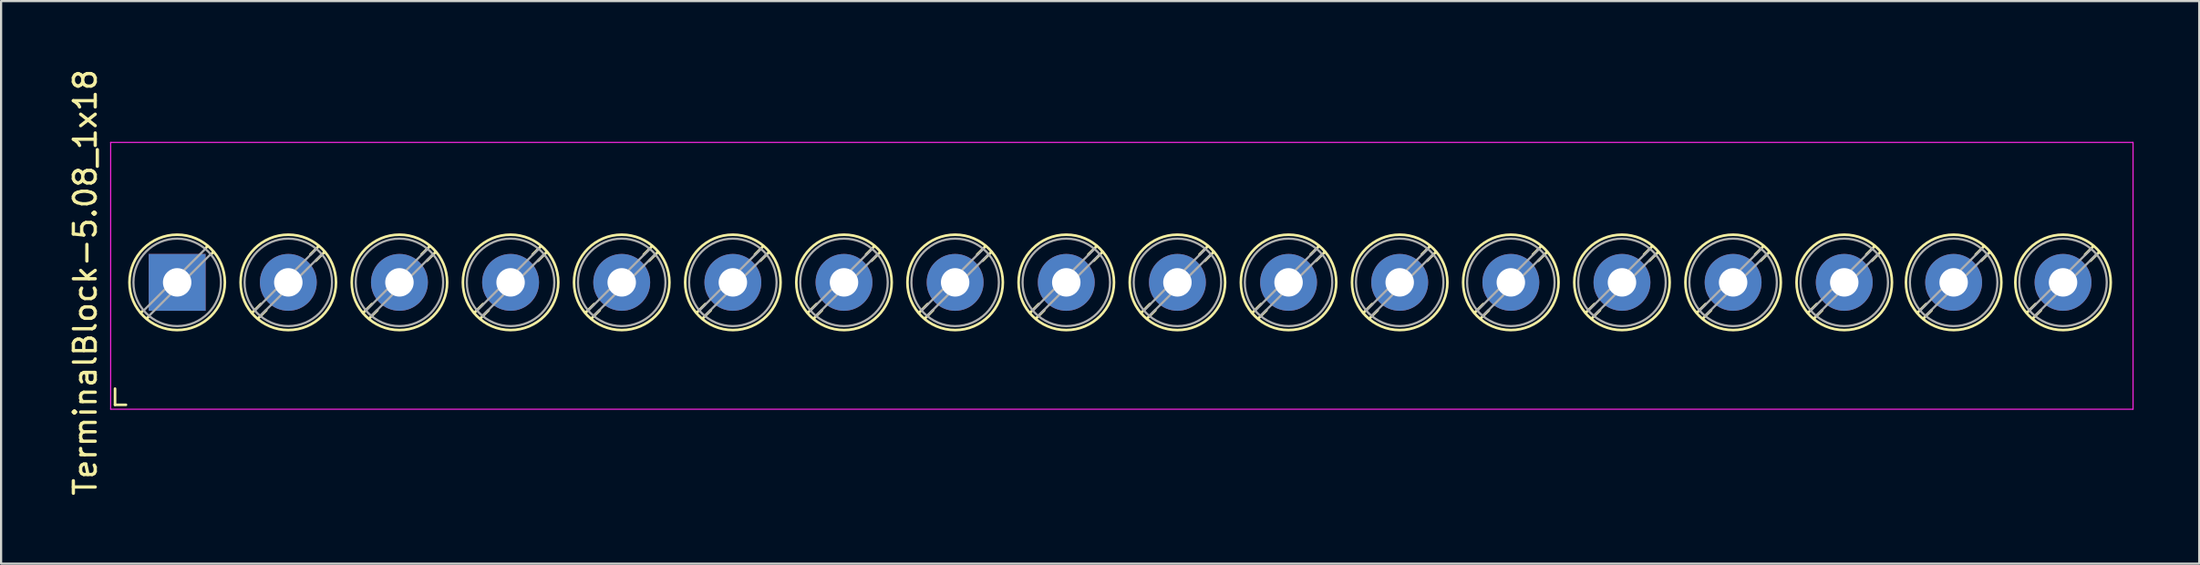
<source format=kicad_pcb>
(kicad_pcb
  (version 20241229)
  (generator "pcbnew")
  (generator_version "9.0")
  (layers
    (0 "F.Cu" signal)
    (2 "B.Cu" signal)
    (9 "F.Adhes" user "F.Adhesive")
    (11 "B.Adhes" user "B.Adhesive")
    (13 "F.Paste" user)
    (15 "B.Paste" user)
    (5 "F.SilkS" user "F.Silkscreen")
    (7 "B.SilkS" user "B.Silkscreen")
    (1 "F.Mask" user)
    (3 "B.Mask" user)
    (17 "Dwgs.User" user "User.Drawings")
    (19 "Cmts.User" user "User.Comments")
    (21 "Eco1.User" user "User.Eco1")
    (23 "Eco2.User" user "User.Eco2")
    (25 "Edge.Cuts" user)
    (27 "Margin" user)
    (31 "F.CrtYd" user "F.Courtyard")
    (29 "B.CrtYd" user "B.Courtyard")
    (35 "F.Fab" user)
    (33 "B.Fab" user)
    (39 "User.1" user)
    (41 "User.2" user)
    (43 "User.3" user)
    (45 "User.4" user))
  (footprint "TerminalBlock-5.08_1x18"
    (layer "F.Cu")
    (at 5.048 9.863)
    (property "Reference" "TerminalBlock-5.08_1x18" (at -4.2 0 90) (layer "F.SilkS") (effects (font (size 1 1) (thickness 0.15))))
    (attr through_hole)
    (fp_line (start -2.84 4.86) (end -2.84 5.6) (stroke (width 0.12) (type solid)) (layer "F.SilkS"))
    (fp_line (start -2.84 5.6) (end -2.34 5.6) (stroke (width 0.12) (type solid)) (layer "F.SilkS"))
    (fp_line (start -1.548 1.281) (end -1.654 1.388) (stroke (width 0.12) (type solid)) (layer "F.SilkS"))
    (fp_line (start -1.282 1.547) (end -1.388 1.654) (stroke (width 0.12) (type solid)) (layer "F.SilkS"))
    (fp_line (start 1.388 -1.654) (end 1.281 -1.547) (stroke (width 0.12) (type solid)) (layer "F.SilkS"))
    (fp_line (start 1.654 -1.388) (end 1.547 -1.281) (stroke (width 0.12) (type solid)) (layer "F.SilkS"))
    (fp_line (start 3.822 0.992) (end 3.427 1.388) (stroke (width 0.12) (type solid)) (layer "F.SilkS"))
    (fp_line (start 4.073 1.274) (end 3.693 1.654) (stroke (width 0.12) (type solid)) (layer "F.SilkS"))
    (fp_line (start 6.468 -1.654) (end 6.088 -1.274) (stroke (width 0.12) (type solid)) (layer "F.SilkS"))
    (fp_line (start 6.734 -1.388) (end 6.339 -0.992) (stroke (width 0.12) (type solid)) (layer "F.SilkS"))
    (fp_line (start 8.902 0.992) (end 8.507 1.388) (stroke (width 0.12) (type solid)) (layer "F.SilkS"))
    (fp_line (start 9.153 1.274) (end 8.773 1.654) (stroke (width 0.12) (type solid)) (layer "F.SilkS"))
    (fp_line (start 11.548 -1.654) (end 11.168 -1.274) (stroke (width 0.12) (type solid)) (layer "F.SilkS"))
    (fp_line (start 11.814 -1.388) (end 11.419 -0.992) (stroke (width 0.12) (type solid)) (layer "F.SilkS"))
    (fp_line (start 13.982 0.992) (end 13.587 1.388) (stroke (width 0.12) (type solid)) (layer "F.SilkS"))
    (fp_line (start 14.233 1.274) (end 13.853 1.654) (stroke (width 0.12) (type solid)) (layer "F.SilkS"))
    (fp_line (start 16.628 -1.654) (end 16.248 -1.274) (stroke (width 0.12) (type solid)) (layer "F.SilkS"))
    (fp_line (start 16.894 -1.388) (end 16.499 -0.992) (stroke (width 0.12) (type solid)) (layer "F.SilkS"))
    (fp_line (start 19.062 0.992) (end 18.667 1.388) (stroke (width 0.12) (type solid)) (layer "F.SilkS"))
    (fp_line (start 19.313 1.274) (end 18.933 1.654) (stroke (width 0.12) (type solid)) (layer "F.SilkS"))
    (fp_line (start 21.708 -1.654) (end 21.328 -1.274) (stroke (width 0.12) (type solid)) (layer "F.SilkS"))
    (fp_line (start 21.974 -1.388) (end 21.579 -0.992) (stroke (width 0.12) (type solid)) (layer "F.SilkS"))
    (fp_line (start 24.142 0.992) (end 23.747 1.388) (stroke (width 0.12) (type solid)) (layer "F.SilkS"))
    (fp_line (start 24.393 1.274) (end 24.013 1.654) (stroke (width 0.12) (type solid)) (layer "F.SilkS"))
    (fp_line (start 26.788 -1.654) (end 26.408 -1.274) (stroke (width 0.12) (type solid)) (layer "F.SilkS"))
    (fp_line (start 27.054 -1.388) (end 26.659 -0.992) (stroke (width 0.12) (type solid)) (layer "F.SilkS"))
    (fp_line (start 29.222 0.992) (end 28.827 1.388) (stroke (width 0.12) (type solid)) (layer "F.SilkS"))
    (fp_line (start 29.473 1.274) (end 29.093 1.654) (stroke (width 0.12) (type solid)) (layer "F.SilkS"))
    (fp_line (start 31.868 -1.654) (end 31.488 -1.274) (stroke (width 0.12) (type solid)) (layer "F.SilkS"))
    (fp_line (start 32.134 -1.388) (end 31.739 -0.992) (stroke (width 0.12) (type solid)) (layer "F.SilkS"))
    (fp_line (start 34.302 0.992) (end 33.907 1.388) (stroke (width 0.12) (type solid)) (layer "F.SilkS"))
    (fp_line (start 34.553 1.274) (end 34.173 1.654) (stroke (width 0.12) (type solid)) (layer "F.SilkS"))
    (fp_line (start 36.948 -1.654) (end 36.568 -1.274) (stroke (width 0.12) (type solid)) (layer "F.SilkS"))
    (fp_line (start 37.214 -1.388) (end 36.819 -0.992) (stroke (width 0.12) (type solid)) (layer "F.SilkS"))
    (fp_line (start 39.382 0.992) (end 38.987 1.388) (stroke (width 0.12) (type solid)) (layer "F.SilkS"))
    (fp_line (start 39.633 1.274) (end 39.253 1.654) (stroke (width 0.12) (type solid)) (layer "F.SilkS"))
    (fp_line (start 42.028 -1.654) (end 41.648 -1.274) (stroke (width 0.12) (type solid)) (layer "F.SilkS"))
    (fp_line (start 42.294 -1.388) (end 41.899 -0.992) (stroke (width 0.12) (type solid)) (layer "F.SilkS"))
    (fp_line (start 44.462 0.992) (end 44.067 1.388) (stroke (width 0.12) (type solid)) (layer "F.SilkS"))
    (fp_line (start 44.713 1.274) (end 44.333 1.654) (stroke (width 0.12) (type solid)) (layer "F.SilkS"))
    (fp_line (start 47.108 -1.654) (end 46.728 -1.274) (stroke (width 0.12) (type solid)) (layer "F.SilkS"))
    (fp_line (start 47.374 -1.388) (end 46.979 -0.992) (stroke (width 0.12) (type solid)) (layer "F.SilkS"))
    (fp_line (start 49.542 0.992) (end 49.147 1.388) (stroke (width 0.12) (type solid)) (layer "F.SilkS"))
    (fp_line (start 49.793 1.274) (end 49.413 1.654) (stroke (width 0.12) (type solid)) (layer "F.SilkS"))
    (fp_line (start 52.188 -1.654) (end 51.808 -1.274) (stroke (width 0.12) (type solid)) (layer "F.SilkS"))
    (fp_line (start 52.454 -1.388) (end 52.059 -0.992) (stroke (width 0.12) (type solid)) (layer "F.SilkS"))
    (fp_line (start 54.622 0.992) (end 54.227 1.388) (stroke (width 0.12) (type solid)) (layer "F.SilkS"))
    (fp_line (start 54.873 1.274) (end 54.493 1.654) (stroke (width 0.12) (type solid)) (layer "F.SilkS"))
    (fp_line (start 57.268 -1.654) (end 56.888 -1.274) (stroke (width 0.12) (type solid)) (layer "F.SilkS"))
    (fp_line (start 57.534 -1.388) (end 57.139 -0.992) (stroke (width 0.12) (type solid)) (layer "F.SilkS"))
    (fp_line (start 59.702 0.992) (end 59.307 1.388) (stroke (width 0.12) (type solid)) (layer "F.SilkS"))
    (fp_line (start 59.953 1.274) (end 59.573 1.654) (stroke (width 0.12) (type solid)) (layer "F.SilkS"))
    (fp_line (start 62.348 -1.654) (end 61.968 -1.274) (stroke (width 0.12) (type solid)) (layer "F.SilkS"))
    (fp_line (start 62.614 -1.388) (end 62.219 -0.992) (stroke (width 0.12) (type solid)) (layer "F.SilkS"))
    (fp_line (start 64.782 0.992) (end 64.387 1.388) (stroke (width 0.12) (type solid)) (layer "F.SilkS"))
    (fp_line (start 65.033 1.274) (end 64.653 1.654) (stroke (width 0.12) (type solid)) (layer "F.SilkS"))
    (fp_line (start 67.428 -1.654) (end 67.048 -1.274) (stroke (width 0.12) (type solid)) (layer "F.SilkS"))
    (fp_line (start 67.694 -1.388) (end 67.299 -0.992) (stroke (width 0.12) (type solid)) (layer "F.SilkS"))
    (fp_line (start 69.862 0.992) (end 69.467 1.388) (stroke (width 0.12) (type solid)) (layer "F.SilkS"))
    (fp_line (start 70.113 1.274) (end 69.733 1.654) (stroke (width 0.12) (type solid)) (layer "F.SilkS"))
    (fp_line (start 72.508 -1.654) (end 72.128 -1.274) (stroke (width 0.12) (type solid)) (layer "F.SilkS"))
    (fp_line (start 72.774 -1.388) (end 72.379 -0.992) (stroke (width 0.12) (type solid)) (layer "F.SilkS"))
    (fp_line (start 74.942 0.992) (end 74.547 1.388) (stroke (width 0.12) (type solid)) (layer "F.SilkS"))
    (fp_line (start 75.193 1.274) (end 74.813 1.654) (stroke (width 0.12) (type solid)) (layer "F.SilkS"))
    (fp_line (start 77.588 -1.654) (end 77.208 -1.274) (stroke (width 0.12) (type solid)) (layer "F.SilkS"))
    (fp_line (start 77.854 -1.388) (end 77.459 -0.992) (stroke (width 0.12) (type solid)) (layer "F.SilkS"))
    (fp_line (start 79.942 0.992) (end 79.547 1.388) (stroke (width 0.12) (type solid)) (layer "F.SilkS"))
    (fp_line (start 80.193 1.274) (end 79.813 1.654) (stroke (width 0.12) (type solid)) (layer "F.SilkS"))
    (fp_line (start 82.588 -1.654) (end 82.208 -1.274) (stroke (width 0.12) (type solid)) (layer "F.SilkS"))
    (fp_line (start 82.854 -1.388) (end 82.459 -0.992) (stroke (width 0.12) (type solid)) (layer "F.SilkS"))
    (fp_line (start 84.942 0.992) (end 84.547 1.388) (stroke (width 0.12) (type solid)) (layer "F.SilkS"))
    (fp_line (start 85.193 1.274) (end 84.813 1.654) (stroke (width 0.12) (type solid)) (layer "F.SilkS"))
    (fp_line (start 87.588 -1.654) (end 87.208 -1.274) (stroke (width 0.12) (type solid)) (layer "F.SilkS"))
    (fp_line (start 87.854 -1.388) (end 87.459 -0.992) (stroke (width 0.12) (type solid)) (layer "F.SilkS"))
    (fp_circle (center 0 0) (end 2.18 0) (stroke (width 0.12) (type solid)) (fill no) (layer "F.SilkS"))
    (fp_circle (center 5.08 0) (end 7.26 0) (stroke (width 0.12) (type solid)) (fill no) (layer "F.SilkS"))
    (fp_circle (center 10.16 0) (end 12.34 0) (stroke (width 0.12) (type solid)) (fill no) (layer "F.SilkS"))
    (fp_circle (center 15.24 0) (end 17.42 0) (stroke (width 0.12) (type solid)) (fill no) (layer "F.SilkS"))
    (fp_circle (center 20.32 0) (end 22.5 0) (stroke (width 0.12) (type solid)) (fill no) (layer "F.SilkS"))
    (fp_circle (center 25.4 0) (end 27.58 0) (stroke (width 0.12) (type solid)) (fill no) (layer "F.SilkS"))
    (fp_circle (center 30.48 0) (end 32.66 0) (stroke (width 0.12) (type solid)) (fill no) (layer "F.SilkS"))
    (fp_circle (center 35.56 0) (end 37.74 0) (stroke (width 0.12) (type solid)) (fill no) (layer "F.SilkS"))
    (fp_circle (center 40.64 0) (end 42.82 0) (stroke (width 0.12) (type solid)) (fill no) (layer "F.SilkS"))
    (fp_circle (center 45.72 0) (end 47.9 0) (stroke (width 0.12) (type solid)) (fill no) (layer "F.SilkS"))
    (fp_circle (center 50.8 0) (end 52.98 0) (stroke (width 0.12) (type solid)) (fill no) (layer "F.SilkS"))
    (fp_circle (center 55.88 0) (end 58.06 0) (stroke (width 0.12) (type solid)) (fill no) (layer "F.SilkS"))
    (fp_circle (center 60.96 0) (end 63.14 0) (stroke (width 0.12) (type solid)) (fill no) (layer "F.SilkS"))
    (fp_circle (center 66.04 0) (end 68.22 0) (stroke (width 0.12) (type solid)) (fill no) (layer "F.SilkS"))
    (fp_circle (center 71.12 0) (end 73.3 0) (stroke (width 0.12) (type solid)) (fill no) (layer "F.SilkS"))
    (fp_circle (center 76.2 0) (end 78.38 0) (stroke (width 0.12) (type solid)) (fill no) (layer "F.SilkS"))
    (fp_circle (center 81.2 0) (end 83.38 0) (stroke (width 0.12) (type solid)) (fill no) (layer "F.SilkS"))
    (fp_circle (center 86.2 0) (end 88.38 0) (stroke (width 0.12) (type solid)) (fill no) (layer "F.SilkS"))
    (fp_line (start -3.04 -6.4) (end -3.04 5.8) (stroke (width 0.05) (type solid)) (layer "F.CrtYd"))
    (fp_line (start -3.04 5.8) (end 89.4 5.8) (stroke (width 0.05) (type solid)) (layer "F.CrtYd"))
    (fp_line (start 89.4 -6.4) (end -3.04 -6.4) (stroke (width 0.05) (type solid)) (layer "F.CrtYd"))
    (fp_line (start 89.4 5.8) (end 89.4 -6.4) (stroke (width 0.05) (type solid)) (layer "F.CrtYd"))
    (fp_line (start 1.273 -1.517) (end -1.517 1.273) (stroke (width 0.1) (type solid)) (layer "F.Fab"))
    (fp_line (start 1.517 -1.273) (end -1.273 1.517) (stroke (width 0.1) (type solid)) (layer "F.Fab"))
    (fp_line (start 6.353 -1.517) (end 3.564 1.273) (stroke (width 0.1) (type solid)) (layer "F.Fab"))
    (fp_line (start 6.597 -1.273) (end 3.808 1.517) (stroke (width 0.1) (type solid)) (layer "F.Fab"))
    (fp_line (start 11.433 -1.517) (end 8.644 1.273) (stroke (width 0.1) (type solid)) (layer "F.Fab"))
    (fp_line (start 11.677 -1.273) (end 8.888 1.517) (stroke (width 0.1) (type solid)) (layer "F.Fab"))
    (fp_line (start 16.513 -1.517) (end 13.724 1.273) (stroke (width 0.1) (type solid)) (layer "F.Fab"))
    (fp_line (start 16.757 -1.273) (end 13.968 1.517) (stroke (width 0.1) (type solid)) (layer "F.Fab"))
    (fp_line (start 21.593 -1.517) (end 18.804 1.273) (stroke (width 0.1) (type solid)) (layer "F.Fab"))
    (fp_line (start 21.837 -1.273) (end 19.048 1.517) (stroke (width 0.1) (type solid)) (layer "F.Fab"))
    (fp_line (start 26.673 -1.517) (end 23.884 1.273) (stroke (width 0.1) (type solid)) (layer "F.Fab"))
    (fp_line (start 26.917 -1.273) (end 24.128 1.517) (stroke (width 0.1) (type solid)) (layer "F.Fab"))
    (fp_line (start 31.753 -1.517) (end 28.964 1.273) (stroke (width 0.1) (type solid)) (layer "F.Fab"))
    (fp_line (start 31.997 -1.273) (end 29.208 1.517) (stroke (width 0.1) (type solid)) (layer "F.Fab"))
    (fp_line (start 36.833 -1.517) (end 34.044 1.273) (stroke (width 0.1) (type solid)) (layer "F.Fab"))
    (fp_line (start 37.077 -1.273) (end 34.288 1.517) (stroke (width 0.1) (type solid)) (layer "F.Fab"))
    (fp_line (start 41.913 -1.517) (end 39.124 1.273) (stroke (width 0.1) (type solid)) (layer "F.Fab"))
    (fp_line (start 42.157 -1.273) (end 39.368 1.517) (stroke (width 0.1) (type solid)) (layer "F.Fab"))
    (fp_line (start 46.993 -1.517) (end 44.204 1.273) (stroke (width 0.1) (type solid)) (layer "F.Fab"))
    (fp_line (start 47.237 -1.273) (end 44.448 1.517) (stroke (width 0.1) (type solid)) (layer "F.Fab"))
    (fp_line (start 52.073 -1.517) (end 49.284 1.273) (stroke (width 0.1) (type solid)) (layer "F.Fab"))
    (fp_line (start 52.317 -1.273) (end 49.528 1.517) (stroke (width 0.1) (type solid)) (layer "F.Fab"))
    (fp_line (start 57.153 -1.517) (end 54.364 1.273) (stroke (width 0.1) (type solid)) (layer "F.Fab"))
    (fp_line (start 57.397 -1.273) (end 54.608 1.517) (stroke (width 0.1) (type solid)) (layer "F.Fab"))
    (fp_line (start 62.233 -1.517) (end 59.444 1.273) (stroke (width 0.1) (type solid)) (layer "F.Fab"))
    (fp_line (start 62.477 -1.273) (end 59.688 1.517) (stroke (width 0.1) (type solid)) (layer "F.Fab"))
    (fp_line (start 67.313 -1.517) (end 64.524 1.273) (stroke (width 0.1) (type solid)) (layer "F.Fab"))
    (fp_line (start 67.557 -1.273) (end 64.768 1.517) (stroke (width 0.1) (type solid)) (layer "F.Fab"))
    (fp_line (start 72.393 -1.517) (end 69.604 1.273) (stroke (width 0.1) (type solid)) (layer "F.Fab"))
    (fp_line (start 72.637 -1.273) (end 69.848 1.517) (stroke (width 0.1) (type solid)) (layer "F.Fab"))
    (fp_line (start 77.473 -1.517) (end 74.684 1.273) (stroke (width 0.1) (type solid)) (layer "F.Fab"))
    (fp_line (start 77.717 -1.273) (end 74.928 1.517) (stroke (width 0.1) (type solid)) (layer "F.Fab"))
    (fp_line (start 82.473 -1.517) (end 79.684 1.273) (stroke (width 0.1) (type solid)) (layer "F.Fab"))
    (fp_line (start 82.717 -1.273) (end 79.928 1.517) (stroke (width 0.1) (type solid)) (layer "F.Fab"))
    (fp_line (start 87.473 -1.517) (end 84.684 1.273) (stroke (width 0.1) (type solid)) (layer "F.Fab"))
    (fp_line (start 87.717 -1.273) (end 84.928 1.517) (stroke (width 0.1) (type solid)) (layer "F.Fab"))
    (fp_circle (center 0 0) (end 2 0) (stroke (width 0.1) (type solid)) (fill no) (layer "F.Fab"))
    (fp_circle (center 5.08 0) (end 7.08 0) (stroke (width 0.1) (type solid)) (fill no) (layer "F.Fab"))
    (fp_circle (center 10.16 0) (end 12.16 0) (stroke (width 0.1) (type solid)) (fill no) (layer "F.Fab"))
    (fp_circle (center 15.24 0) (end 17.24 0) (stroke (width 0.1) (type solid)) (fill no) (layer "F.Fab"))
    (fp_circle (center 20.32 0) (end 22.32 0) (stroke (width 0.1) (type solid)) (fill no) (layer "F.Fab"))
    (fp_circle (center 25.4 0) (end 27.4 0) (stroke (width 0.1) (type solid)) (fill no) (layer "F.Fab"))
    (fp_circle (center 30.48 0) (end 32.48 0) (stroke (width 0.1) (type solid)) (fill no) (layer "F.Fab"))
    (fp_circle (center 35.56 0) (end 37.56 0) (stroke (width 0.1) (type solid)) (fill no) (layer "F.Fab"))
    (fp_circle (center 40.64 0) (end 42.64 0) (stroke (width 0.1) (type solid)) (fill no) (layer "F.Fab"))
    (fp_circle (center 45.72 0) (end 47.72 0) (stroke (width 0.1) (type solid)) (fill no) (layer "F.Fab"))
    (fp_circle (center 50.8 0) (end 52.8 0) (stroke (width 0.1) (type solid)) (fill no) (layer "F.Fab"))
    (fp_circle (center 55.88 0) (end 57.88 0) (stroke (width 0.1) (type solid)) (fill no) (layer "F.Fab"))
    (fp_circle (center 60.96 0) (end 62.96 0) (stroke (width 0.1) (type solid)) (fill no) (layer "F.Fab"))
    (fp_circle (center 66.04 0) (end 68.04 0) (stroke (width 0.1) (type solid)) (fill no) (layer "F.Fab"))
    (fp_circle (center 71.12 0) (end 73.12 0) (stroke (width 0.1) (type solid)) (fill no) (layer "F.Fab"))
    (fp_circle (center 76.2 0) (end 78.2 0) (stroke (width 0.1) (type solid)) (fill no) (layer "F.Fab"))
    (fp_circle (center 81.2 0) (end 83.2 0) (stroke (width 0.1) (type solid)) (fill no) (layer "F.Fab"))
    (fp_circle (center 86.2 0) (end 88.2 0) (stroke (width 0.1) (type solid)) (fill no) (layer "F.Fab"))
    (pad "1" thru_hole rect (at 0 0) (size 2.6 2.6) (drill 1.3) (layers "*.Cu" "*.Mask"))
    (pad "2" thru_hole circle (at 5.08 0) (size 2.6 2.6) (drill 1.3) (layers "*.Cu" "*.Mask"))
    (pad "3" thru_hole circle (at 10.16 0) (size 2.6 2.6) (drill 1.3) (layers "*.Cu" "*.Mask"))
    (pad "4" thru_hole circle (at 15.24 0) (size 2.6 2.6) (drill 1.3) (layers "*.Cu" "*.Mask"))
    (pad "5" thru_hole circle (at 20.32 0) (size 2.6 2.6) (drill 1.3) (layers "*.Cu" "*.Mask"))
    (pad "6" thru_hole circle (at 25.4 0) (size 2.6 2.6) (drill 1.3) (layers "*.Cu" "*.Mask"))
    (pad "7" thru_hole circle (at 30.48 0) (size 2.6 2.6) (drill 1.3) (layers "*.Cu" "*.Mask"))
    (pad "8" thru_hole circle (at 35.56 0) (size 2.6 2.6) (drill 1.3) (layers "*.Cu" "*.Mask"))
    (pad "9" thru_hole circle (at 40.64 0) (size 2.6 2.6) (drill 1.3) (layers "*.Cu" "*.Mask"))
    (pad "10" thru_hole circle (at 45.72 0) (size 2.6 2.6) (drill 1.3) (layers "*.Cu" "*.Mask"))
    (pad "11" thru_hole circle (at 50.8 0) (size 2.6 2.6) (drill 1.3) (layers "*.Cu" "*.Mask"))
    (pad "12" thru_hole circle (at 55.88 0) (size 2.6 2.6) (drill 1.3) (layers "*.Cu" "*.Mask"))
    (pad "13" thru_hole circle (at 60.96 0) (size 2.6 2.6) (drill 1.3) (layers "*.Cu" "*.Mask"))
    (pad "14" thru_hole circle (at 66.04 0) (size 2.6 2.6) (drill 1.3) (layers "*.Cu" "*.Mask"))
    (pad "15" thru_hole circle (at 71.12 0) (size 2.6 2.6) (drill 1.3) (layers "*.Cu" "*.Mask"))
    (pad "16" thru_hole circle (at 76.2 0) (size 2.6 2.6) (drill 1.3) (layers "*.Cu" "*.Mask"))
    (pad "17" thru_hole circle (at 81.2 0) (size 2.6 2.6) (drill 1.3) (layers "*.Cu" "*.Mask"))
    (pad "18" thru_hole circle (at 86.2 0) (size 2.6 2.6) (drill 1.3) (layers "*.Cu" "*.Mask")))
  (gr_rect
    (start -3 -3)
    (end 97.473 22.726)
    (stroke (width 0.1) (type default))
    (fill no)
    (layer "Edge.Cuts")))
</source>
